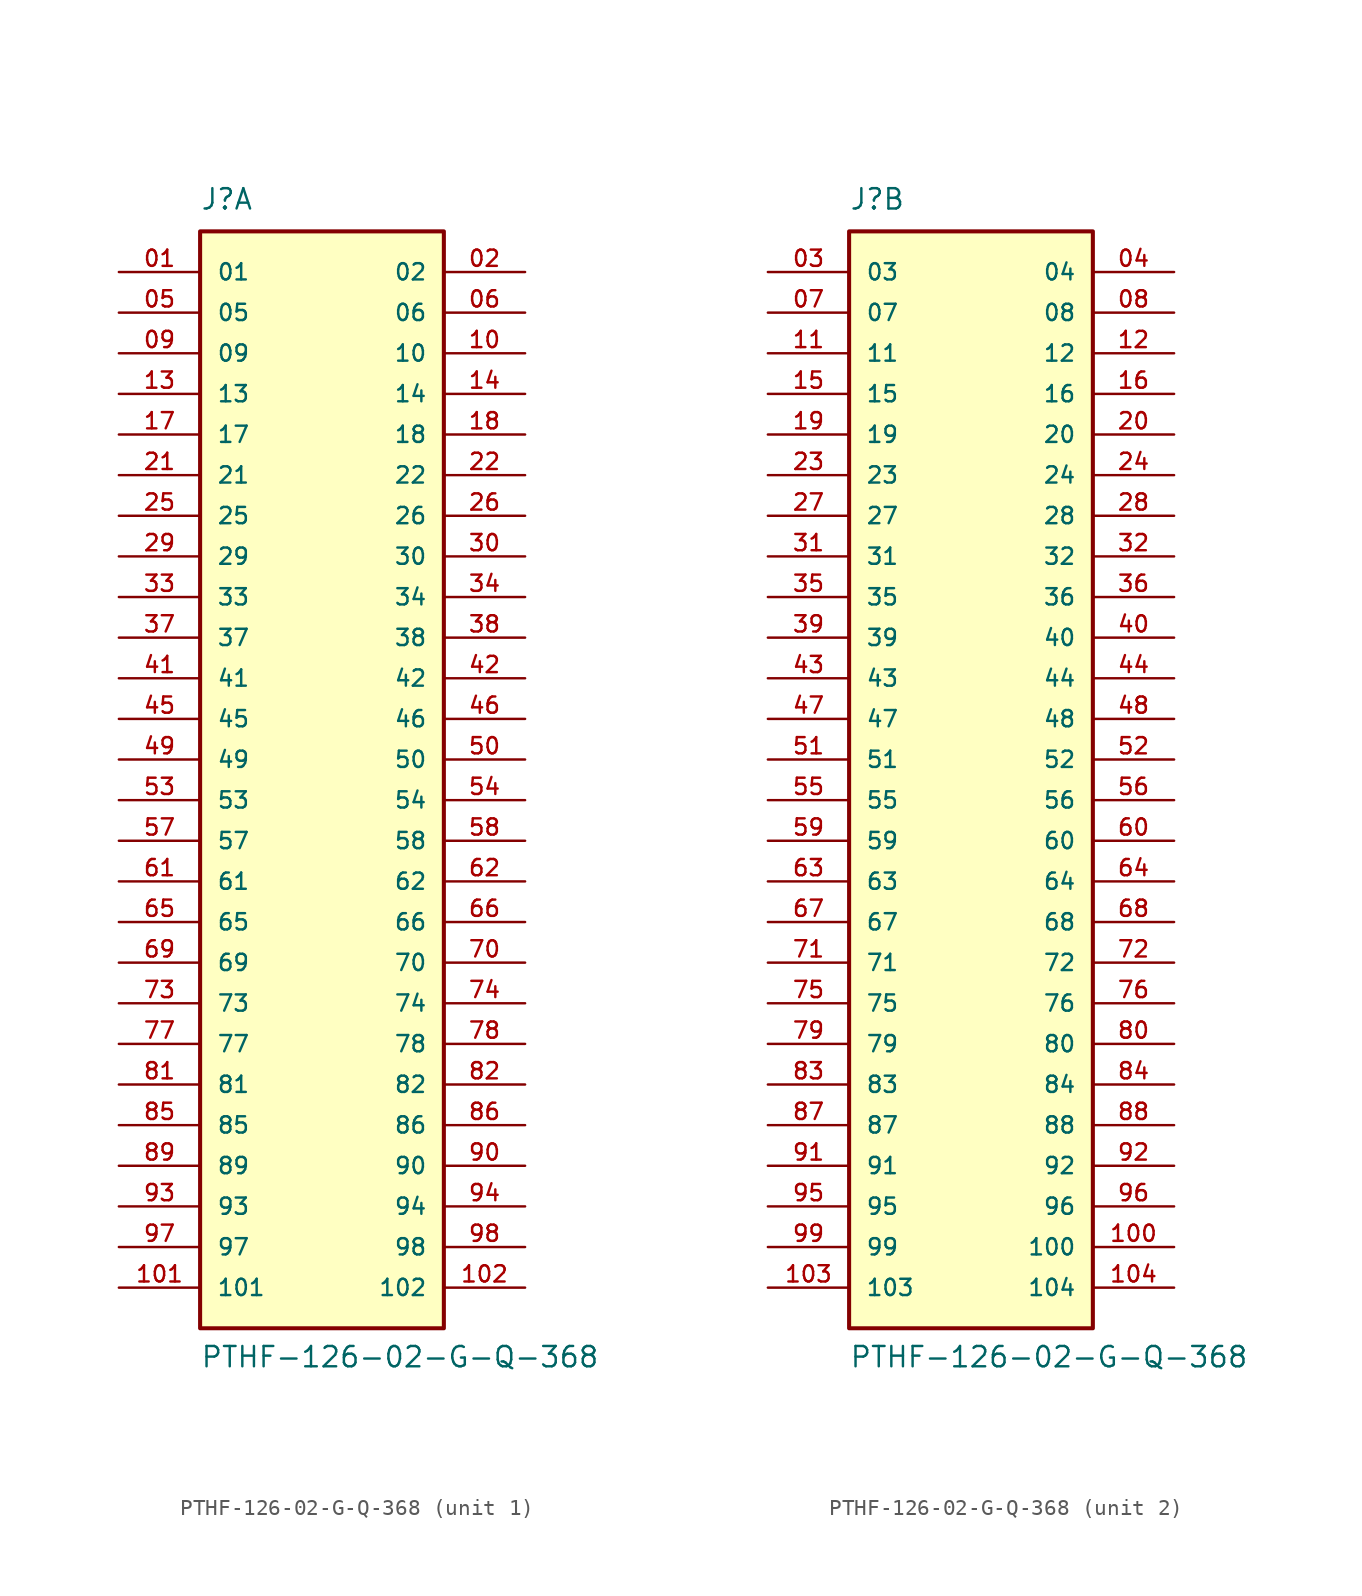
<source format=kicad_sym>
(kicad_symbol_lib
  (version 20211014)
  (generator kicad_symbol_editor)
  (symbol "PTHF-126-02-G-Q-368"
    (pin_names
      (offset 1.016))
    (property "Reference" "J"
      (at -7.62 34.29 0)
      (effects (font (size 1.27 1.27)) (justify bottom left)))
    (property "Value" "PTHF-126-02-G-Q-368"
      (at -7.62 -38.1 0)
      (effects (font (size 1.27 1.27)) (justify bottom left)))
    (symbol "PTHF-126-02-G-Q-368_1_0"
      (rectangle (start -7.62 -35.56) (end 7.62 33.02) (stroke (width 0.254)) (fill (type background)))
      (pin passive line (at -12.7 30.48 0) (length 5.08) (name "01" (effects (font (size 1.016 1.016)))) (number "01" (effects (font (size 1.016 1.016)))))
      (pin passive line (at 12.7 30.48 180.0) (length 5.08) (name "02" (effects (font (size 1.016 1.016)))) (number "02" (effects (font (size 1.016 1.016)))))
      (pin passive line (at -12.7 27.94 0) (length 5.08) (name "05" (effects (font (size 1.016 1.016)))) (number "05" (effects (font (size 1.016 1.016)))))
      (pin passive line (at 12.7 27.94 180.0) (length 5.08) (name "06" (effects (font (size 1.016 1.016)))) (number "06" (effects (font (size 1.016 1.016)))))
      (pin passive line (at -12.7 25.4 0) (length 5.08) (name "09" (effects (font (size 1.016 1.016)))) (number "09" (effects (font (size 1.016 1.016)))))
      (pin passive line (at 12.7 25.4 180.0) (length 5.08) (name "10" (effects (font (size 1.016 1.016)))) (number "10" (effects (font (size 1.016 1.016)))))
      (pin passive line (at -12.7 22.86 0) (length 5.08) (name "13" (effects (font (size 1.016 1.016)))) (number "13" (effects (font (size 1.016 1.016)))))
      (pin passive line (at 12.7 22.86 180.0) (length 5.08) (name "14" (effects (font (size 1.016 1.016)))) (number "14" (effects (font (size 1.016 1.016)))))
      (pin passive line (at -12.7 20.32 0) (length 5.08) (name "17" (effects (font (size 1.016 1.016)))) (number "17" (effects (font (size 1.016 1.016)))))
      (pin passive line (at 12.7 20.32 180.0) (length 5.08) (name "18" (effects (font (size 1.016 1.016)))) (number "18" (effects (font (size 1.016 1.016)))))
      (pin passive line (at -12.7 17.78 0) (length 5.08) (name "21" (effects (font (size 1.016 1.016)))) (number "21" (effects (font (size 1.016 1.016)))))
      (pin passive line (at 12.7 17.78 180.0) (length 5.08) (name "22" (effects (font (size 1.016 1.016)))) (number "22" (effects (font (size 1.016 1.016)))))
      (pin passive line (at -12.7 15.24 0) (length 5.08) (name "25" (effects (font (size 1.016 1.016)))) (number "25" (effects (font (size 1.016 1.016)))))
      (pin passive line (at 12.7 15.24 180.0) (length 5.08) (name "26" (effects (font (size 1.016 1.016)))) (number "26" (effects (font (size 1.016 1.016)))))
      (pin passive line (at -12.7 12.7 0) (length 5.08) (name "29" (effects (font (size 1.016 1.016)))) (number "29" (effects (font (size 1.016 1.016)))))
      (pin passive line (at 12.7 12.7 180.0) (length 5.08) (name "30" (effects (font (size 1.016 1.016)))) (number "30" (effects (font (size 1.016 1.016)))))
      (pin passive line (at -12.7 10.16 0) (length 5.08) (name "33" (effects (font (size 1.016 1.016)))) (number "33" (effects (font (size 1.016 1.016)))))
      (pin passive line (at 12.7 10.16 180.0) (length 5.08) (name "34" (effects (font (size 1.016 1.016)))) (number "34" (effects (font (size 1.016 1.016)))))
      (pin passive line (at -12.7 7.62 0) (length 5.08) (name "37" (effects (font (size 1.016 1.016)))) (number "37" (effects (font (size 1.016 1.016)))))
      (pin passive line (at 12.7 7.62 180.0) (length 5.08) (name "38" (effects (font (size 1.016 1.016)))) (number "38" (effects (font (size 1.016 1.016)))))
      (pin passive line (at -12.7 5.08 0) (length 5.08) (name "41" (effects (font (size 1.016 1.016)))) (number "41" (effects (font (size 1.016 1.016)))))
      (pin passive line (at 12.7 5.08 180.0) (length 5.08) (name "42" (effects (font (size 1.016 1.016)))) (number "42" (effects (font (size 1.016 1.016)))))
      (pin passive line (at -12.7 2.54 0) (length 5.08) (name "45" (effects (font (size 1.016 1.016)))) (number "45" (effects (font (size 1.016 1.016)))))
      (pin passive line (at 12.7 2.54 180.0) (length 5.08) (name "46" (effects (font (size 1.016 1.016)))) (number "46" (effects (font (size 1.016 1.016)))))
      (pin passive line (at -12.7 0.0 0) (length 5.08) (name "49" (effects (font (size 1.016 1.016)))) (number "49" (effects (font (size 1.016 1.016)))))
      (pin passive line (at 12.7 0.0 180.0) (length 5.08) (name "50" (effects (font (size 1.016 1.016)))) (number "50" (effects (font (size 1.016 1.016)))))
      (pin passive line (at -12.7 -2.54 0) (length 5.08) (name "53" (effects (font (size 1.016 1.016)))) (number "53" (effects (font (size 1.016 1.016)))))
      (pin passive line (at 12.7 -2.54 180.0) (length 5.08) (name "54" (effects (font (size 1.016 1.016)))) (number "54" (effects (font (size 1.016 1.016)))))
      (pin passive line (at -12.7 -5.08 0) (length 5.08) (name "57" (effects (font (size 1.016 1.016)))) (number "57" (effects (font (size 1.016 1.016)))))
      (pin passive line (at 12.7 -5.08 180.0) (length 5.08) (name "58" (effects (font (size 1.016 1.016)))) (number "58" (effects (font (size 1.016 1.016)))))
      (pin passive line (at -12.7 -7.62 0) (length 5.08) (name "61" (effects (font (size 1.016 1.016)))) (number "61" (effects (font (size 1.016 1.016)))))
      (pin passive line (at 12.7 -7.62 180.0) (length 5.08) (name "62" (effects (font (size 1.016 1.016)))) (number "62" (effects (font (size 1.016 1.016)))))
      (pin passive line (at -12.7 -10.16 0) (length 5.08) (name "65" (effects (font (size 1.016 1.016)))) (number "65" (effects (font (size 1.016 1.016)))))
      (pin passive line (at 12.7 -10.16 180.0) (length 5.08) (name "66" (effects (font (size 1.016 1.016)))) (number "66" (effects (font (size 1.016 1.016)))))
      (pin passive line (at -12.7 -12.7 0) (length 5.08) (name "69" (effects (font (size 1.016 1.016)))) (number "69" (effects (font (size 1.016 1.016)))))
      (pin passive line (at 12.7 -12.7 180.0) (length 5.08) (name "70" (effects (font (size 1.016 1.016)))) (number "70" (effects (font (size 1.016 1.016)))))
      (pin passive line (at -12.7 -15.24 0) (length 5.08) (name "73" (effects (font (size 1.016 1.016)))) (number "73" (effects (font (size 1.016 1.016)))))
      (pin passive line (at 12.7 -15.24 180.0) (length 5.08) (name "74" (effects (font (size 1.016 1.016)))) (number "74" (effects (font (size 1.016 1.016)))))
      (pin passive line (at -12.7 -17.78 0) (length 5.08) (name "77" (effects (font (size 1.016 1.016)))) (number "77" (effects (font (size 1.016 1.016)))))
      (pin passive line (at 12.7 -17.78 180.0) (length 5.08) (name "78" (effects (font (size 1.016 1.016)))) (number "78" (effects (font (size 1.016 1.016)))))
      (pin passive line (at -12.7 -20.32 0) (length 5.08) (name "81" (effects (font (size 1.016 1.016)))) (number "81" (effects (font (size 1.016 1.016)))))
      (pin passive line (at 12.7 -20.32 180.0) (length 5.08) (name "82" (effects (font (size 1.016 1.016)))) (number "82" (effects (font (size 1.016 1.016)))))
      (pin passive line (at -12.7 -22.86 0) (length 5.08) (name "85" (effects (font (size 1.016 1.016)))) (number "85" (effects (font (size 1.016 1.016)))))
      (pin passive line (at 12.7 -22.86 180.0) (length 5.08) (name "86" (effects (font (size 1.016 1.016)))) (number "86" (effects (font (size 1.016 1.016)))))
      (pin passive line (at -12.7 -25.4 0) (length 5.08) (name "89" (effects (font (size 1.016 1.016)))) (number "89" (effects (font (size 1.016 1.016)))))
      (pin passive line (at 12.7 -25.4 180.0) (length 5.08) (name "90" (effects (font (size 1.016 1.016)))) (number "90" (effects (font (size 1.016 1.016)))))
      (pin passive line (at -12.7 -27.94 0) (length 5.08) (name "93" (effects (font (size 1.016 1.016)))) (number "93" (effects (font (size 1.016 1.016)))))
      (pin passive line (at 12.7 -27.94 180.0) (length 5.08) (name "94" (effects (font (size 1.016 1.016)))) (number "94" (effects (font (size 1.016 1.016)))))
      (pin passive line (at -12.7 -30.48 0) (length 5.08) (name "97" (effects (font (size 1.016 1.016)))) (number "97" (effects (font (size 1.016 1.016)))))
      (pin passive line (at 12.7 -30.48 180.0) (length 5.08) (name "98" (effects (font (size 1.016 1.016)))) (number "98" (effects (font (size 1.016 1.016)))))
      (pin passive line (at -12.7 -33.02 0) (length 5.08) (name "101" (effects (font (size 1.016 1.016)))) (number "101" (effects (font (size 1.016 1.016)))))
      (pin passive line (at 12.7 -33.02 180.0) (length 5.08) (name "102" (effects (font (size 1.016 1.016)))) (number "102" (effects (font (size 1.016 1.016))))))
    (symbol "PTHF-126-02-G-Q-368_2_0"
      (rectangle (start -7.62 -35.56) (end 7.62 33.02) (stroke (width 0.254)) (fill (type background)))
      (pin passive line (at -12.7 30.48 0) (length 5.08) (name "03" (effects (font (size 1.016 1.016)))) (number "03" (effects (font (size 1.016 1.016)))))
      (pin passive line (at 12.7 30.48 180.0) (length 5.08) (name "04" (effects (font (size 1.016 1.016)))) (number "04" (effects (font (size 1.016 1.016)))))
      (pin passive line (at -12.7 27.94 0) (length 5.08) (name "07" (effects (font (size 1.016 1.016)))) (number "07" (effects (font (size 1.016 1.016)))))
      (pin passive line (at 12.7 27.94 180.0) (length 5.08) (name "08" (effects (font (size 1.016 1.016)))) (number "08" (effects (font (size 1.016 1.016)))))
      (pin passive line (at -12.7 25.4 0) (length 5.08) (name "11" (effects (font (size 1.016 1.016)))) (number "11" (effects (font (size 1.016 1.016)))))
      (pin passive line (at 12.7 25.4 180.0) (length 5.08) (name "12" (effects (font (size 1.016 1.016)))) (number "12" (effects (font (size 1.016 1.016)))))
      (pin passive line (at -12.7 22.86 0) (length 5.08) (name "15" (effects (font (size 1.016 1.016)))) (number "15" (effects (font (size 1.016 1.016)))))
      (pin passive line (at 12.7 22.86 180.0) (length 5.08) (name "16" (effects (font (size 1.016 1.016)))) (number "16" (effects (font (size 1.016 1.016)))))
      (pin passive line (at -12.7 20.32 0) (length 5.08) (name "19" (effects (font (size 1.016 1.016)))) (number "19" (effects (font (size 1.016 1.016)))))
      (pin passive line (at 12.7 20.32 180.0) (length 5.08) (name "20" (effects (font (size 1.016 1.016)))) (number "20" (effects (font (size 1.016 1.016)))))
      (pin passive line (at -12.7 17.78 0) (length 5.08) (name "23" (effects (font (size 1.016 1.016)))) (number "23" (effects (font (size 1.016 1.016)))))
      (pin passive line (at 12.7 17.78 180.0) (length 5.08) (name "24" (effects (font (size 1.016 1.016)))) (number "24" (effects (font (size 1.016 1.016)))))
      (pin passive line (at -12.7 15.24 0) (length 5.08) (name "27" (effects (font (size 1.016 1.016)))) (number "27" (effects (font (size 1.016 1.016)))))
      (pin passive line (at 12.7 15.24 180.0) (length 5.08) (name "28" (effects (font (size 1.016 1.016)))) (number "28" (effects (font (size 1.016 1.016)))))
      (pin passive line (at -12.7 12.7 0) (length 5.08) (name "31" (effects (font (size 1.016 1.016)))) (number "31" (effects (font (size 1.016 1.016)))))
      (pin passive line (at 12.7 12.7 180.0) (length 5.08) (name "32" (effects (font (size 1.016 1.016)))) (number "32" (effects (font (size 1.016 1.016)))))
      (pin passive line (at -12.7 10.16 0) (length 5.08) (name "35" (effects (font (size 1.016 1.016)))) (number "35" (effects (font (size 1.016 1.016)))))
      (pin passive line (at 12.7 10.16 180.0) (length 5.08) (name "36" (effects (font (size 1.016 1.016)))) (number "36" (effects (font (size 1.016 1.016)))))
      (pin passive line (at -12.7 7.62 0) (length 5.08) (name "39" (effects (font (size 1.016 1.016)))) (number "39" (effects (font (size 1.016 1.016)))))
      (pin passive line (at 12.7 7.62 180.0) (length 5.08) (name "40" (effects (font (size 1.016 1.016)))) (number "40" (effects (font (size 1.016 1.016)))))
      (pin passive line (at -12.7 5.08 0) (length 5.08) (name "43" (effects (font (size 1.016 1.016)))) (number "43" (effects (font (size 1.016 1.016)))))
      (pin passive line (at 12.7 5.08 180.0) (length 5.08) (name "44" (effects (font (size 1.016 1.016)))) (number "44" (effects (font (size 1.016 1.016)))))
      (pin passive line (at -12.7 2.54 0) (length 5.08) (name "47" (effects (font (size 1.016 1.016)))) (number "47" (effects (font (size 1.016 1.016)))))
      (pin passive line (at 12.7 2.54 180.0) (length 5.08) (name "48" (effects (font (size 1.016 1.016)))) (number "48" (effects (font (size 1.016 1.016)))))
      (pin passive line (at -12.7 0.0 0) (length 5.08) (name "51" (effects (font (size 1.016 1.016)))) (number "51" (effects (font (size 1.016 1.016)))))
      (pin passive line (at 12.7 0.0 180.0) (length 5.08) (name "52" (effects (font (size 1.016 1.016)))) (number "52" (effects (font (size 1.016 1.016)))))
      (pin passive line (at -12.7 -2.54 0) (length 5.08) (name "55" (effects (font (size 1.016 1.016)))) (number "55" (effects (font (size 1.016 1.016)))))
      (pin passive line (at 12.7 -2.54 180.0) (length 5.08) (name "56" (effects (font (size 1.016 1.016)))) (number "56" (effects (font (size 1.016 1.016)))))
      (pin passive line (at -12.7 -5.08 0) (length 5.08) (name "59" (effects (font (size 1.016 1.016)))) (number "59" (effects (font (size 1.016 1.016)))))
      (pin passive line (at 12.7 -5.08 180.0) (length 5.08) (name "60" (effects (font (size 1.016 1.016)))) (number "60" (effects (font (size 1.016 1.016)))))
      (pin passive line (at -12.7 -7.62 0) (length 5.08) (name "63" (effects (font (size 1.016 1.016)))) (number "63" (effects (font (size 1.016 1.016)))))
      (pin passive line (at 12.7 -7.62 180.0) (length 5.08) (name "64" (effects (font (size 1.016 1.016)))) (number "64" (effects (font (size 1.016 1.016)))))
      (pin passive line (at -12.7 -10.16 0) (length 5.08) (name "67" (effects (font (size 1.016 1.016)))) (number "67" (effects (font (size 1.016 1.016)))))
      (pin passive line (at 12.7 -10.16 180.0) (length 5.08) (name "68" (effects (font (size 1.016 1.016)))) (number "68" (effects (font (size 1.016 1.016)))))
      (pin passive line (at -12.7 -12.7 0) (length 5.08) (name "71" (effects (font (size 1.016 1.016)))) (number "71" (effects (font (size 1.016 1.016)))))
      (pin passive line (at 12.7 -12.7 180.0) (length 5.08) (name "72" (effects (font (size 1.016 1.016)))) (number "72" (effects (font (size 1.016 1.016)))))
      (pin passive line (at -12.7 -15.24 0) (length 5.08) (name "75" (effects (font (size 1.016 1.016)))) (number "75" (effects (font (size 1.016 1.016)))))
      (pin passive line (at 12.7 -15.24 180.0) (length 5.08) (name "76" (effects (font (size 1.016 1.016)))) (number "76" (effects (font (size 1.016 1.016)))))
      (pin passive line (at -12.7 -17.78 0) (length 5.08) (name "79" (effects (font (size 1.016 1.016)))) (number "79" (effects (font (size 1.016 1.016)))))
      (pin passive line (at 12.7 -17.78 180.0) (length 5.08) (name "80" (effects (font (size 1.016 1.016)))) (number "80" (effects (font (size 1.016 1.016)))))
      (pin passive line (at -12.7 -20.32 0) (length 5.08) (name "83" (effects (font (size 1.016 1.016)))) (number "83" (effects (font (size 1.016 1.016)))))
      (pin passive line (at 12.7 -20.32 180.0) (length 5.08) (name "84" (effects (font (size 1.016 1.016)))) (number "84" (effects (font (size 1.016 1.016)))))
      (pin passive line (at -12.7 -22.86 0) (length 5.08) (name "87" (effects (font (size 1.016 1.016)))) (number "87" (effects (font (size 1.016 1.016)))))
      (pin passive line (at 12.7 -22.86 180.0) (length 5.08) (name "88" (effects (font (size 1.016 1.016)))) (number "88" (effects (font (size 1.016 1.016)))))
      (pin passive line (at -12.7 -25.4 0) (length 5.08) (name "91" (effects (font (size 1.016 1.016)))) (number "91" (effects (font (size 1.016 1.016)))))
      (pin passive line (at 12.7 -25.4 180.0) (length 5.08) (name "92" (effects (font (size 1.016 1.016)))) (number "92" (effects (font (size 1.016 1.016)))))
      (pin passive line (at -12.7 -27.94 0) (length 5.08) (name "95" (effects (font (size 1.016 1.016)))) (number "95" (effects (font (size 1.016 1.016)))))
      (pin passive line (at 12.7 -27.94 180.0) (length 5.08) (name "96" (effects (font (size 1.016 1.016)))) (number "96" (effects (font (size 1.016 1.016)))))
      (pin passive line (at -12.7 -30.48 0) (length 5.08) (name "99" (effects (font (size 1.016 1.016)))) (number "99" (effects (font (size 1.016 1.016)))))
      (pin passive line (at 12.7 -30.48 180.0) (length 5.08) (name "100" (effects (font (size 1.016 1.016)))) (number "100" (effects (font (size 1.016 1.016)))))
      (pin passive line (at -12.7 -33.02 0) (length 5.08) (name "103" (effects (font (size 1.016 1.016)))) (number "103" (effects (font (size 1.016 1.016)))))
      (pin passive line (at 12.7 -33.02 180.0) (length 5.08) (name "104" (effects (font (size 1.016 1.016)))) (number "104" (effects (font (size 1.016 1.016))))))))
</source>
